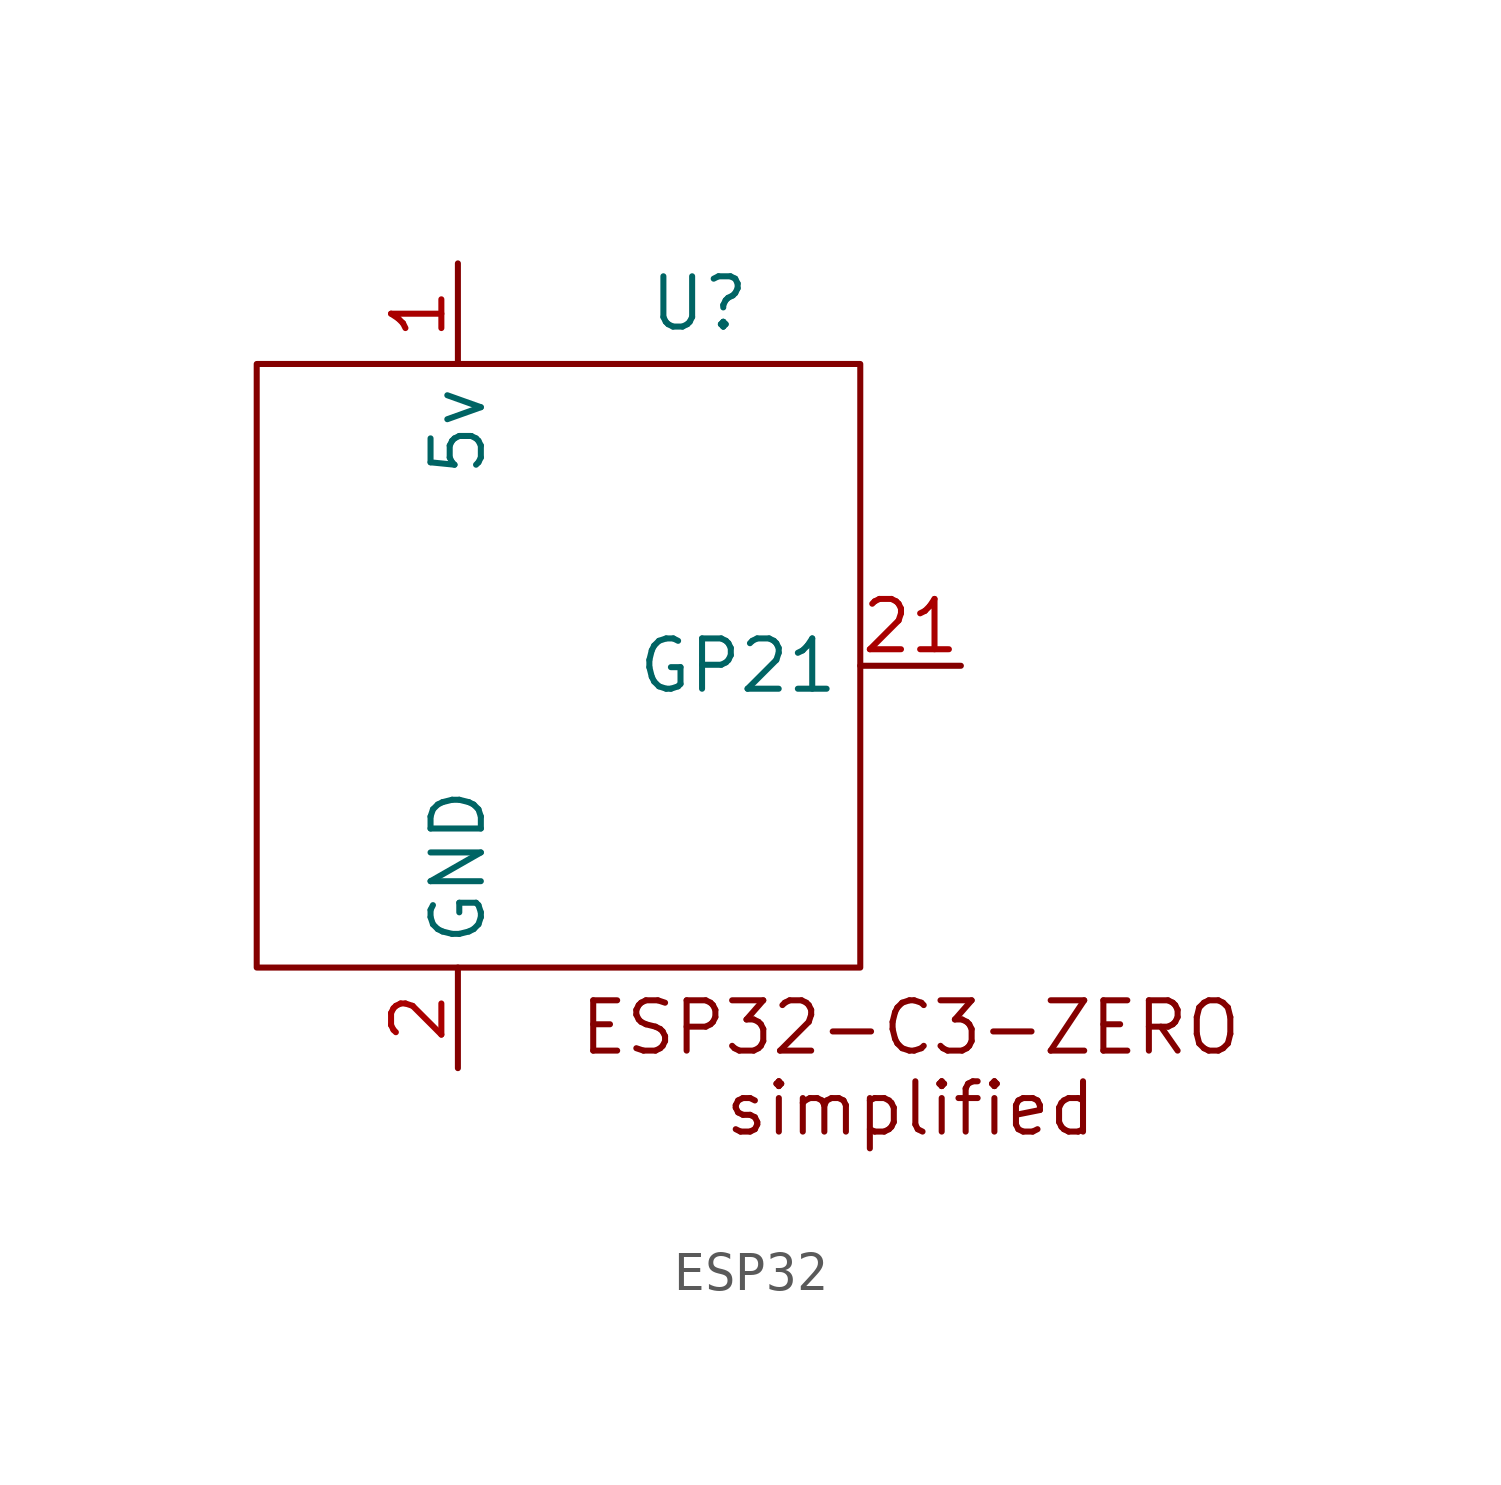
<source format=kicad_sym>
(kicad_symbol_lib
  (version 20241209)
  (generator "kicad_symbol_editor")
  (generator_version "9.0")
  (symbol "ESP32"
    (property "Reference" "U"
      (at 3.556 9.144 0)
      (effects (font (size 1.27 1.27))))
    (property "Value" ""
      (at 0 0 0)
      (effects (font (size 1.27 1.27))))
    (symbol "ESP32_0_1"
      (rectangle (start -7.62 7.62) (end 7.62 -7.62) (stroke (width 0) (type default)) (fill (type none))))
    (symbol "ESP32_1_1"
      (text "ESP32-C3-ZERO\nsimplified" (at 8.89 -10.16 0) (effects (font (size 1.27 1.27))))
      (pin passive line (at -2.54 10.16 270) (length 2.54) (name "5v" (effects (font (size 1.27 1.27)))) (number "1" (effects (font (size 1.27 1.27)))))
      (pin power_in line (at -2.54 -10.16 90) (length 2.54) (name "GND" (effects (font (size 1.27 1.27)))) (number "2" (effects (font (size 1.27 1.27)))))
      (pin bidirectional line (at 10.16 0 180) (length 2.54) (name "GP21" (effects (font (size 1.27 1.27)))) (number "21" (effects (font (size 1.27 1.27))))))))
</source>
